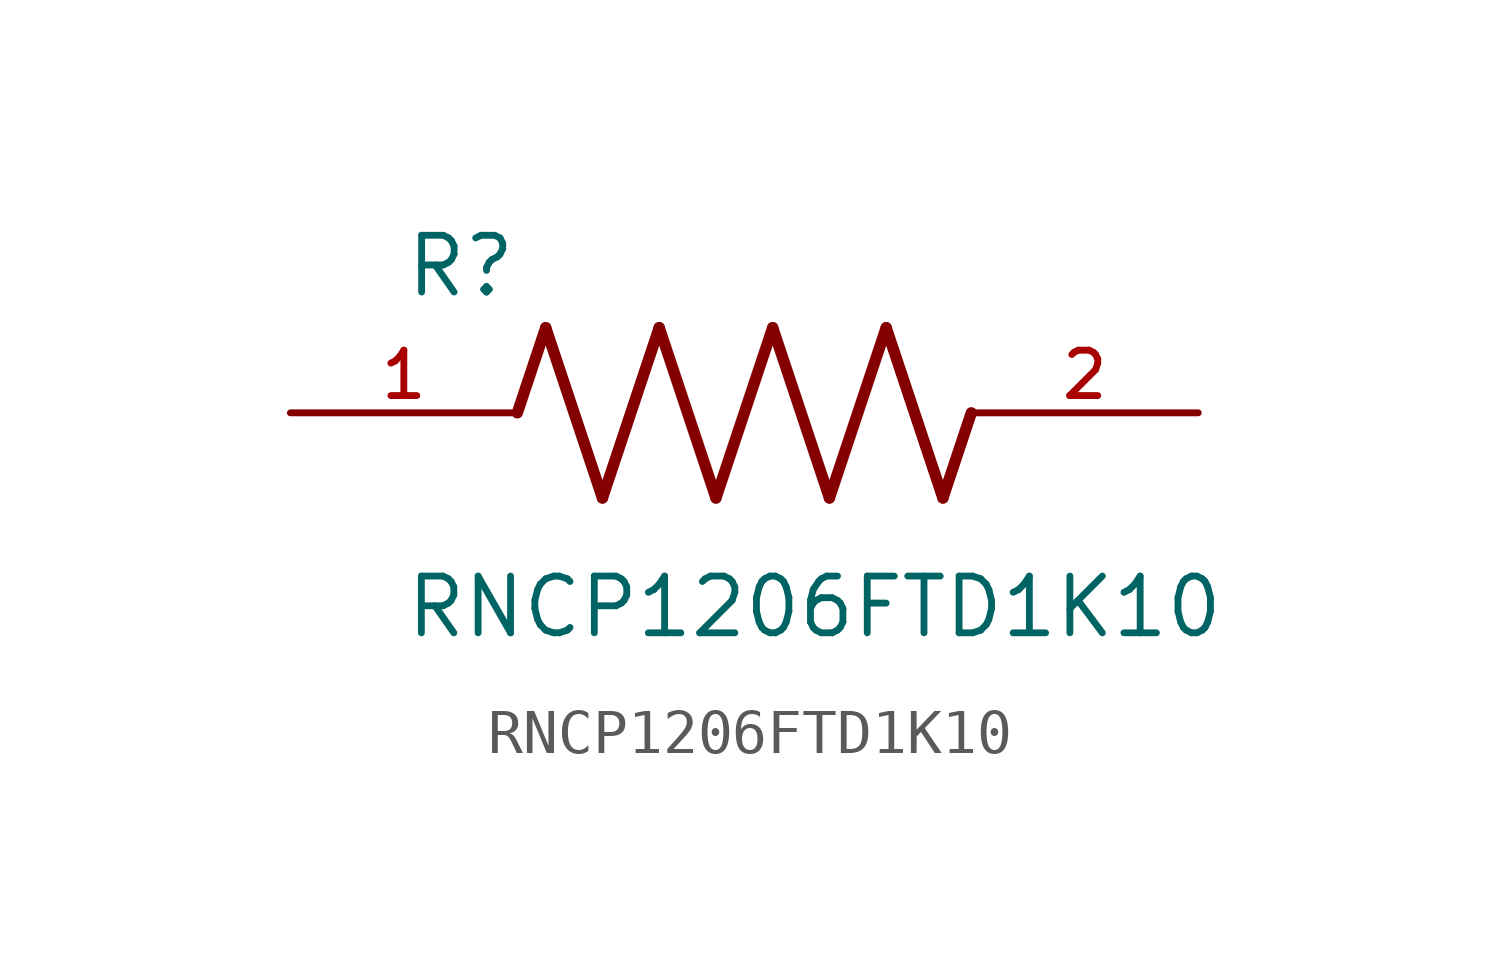
<source format=kicad_sym>
(kicad_symbol_lib
  (version 20211014)
  (generator kicad_symbol_editor)
  (symbol "RNCP1206FTD1K10"
    (pin_names
      (offset 1.016))
    (property "Reference" "R"
      (at -7.624 2.541 0)
      (effects (font (size 1.27 1.27)) (justify bottom left)))
    (property "Value" "RNCP1206FTD1K10"
      (at -7.63 -5.087 0)
      (effects (font (size 1.27 1.27)) (justify bottom left)))
    (symbol "RNCP1206FTD1K10_0_0"
      (polyline (pts (xy -5.08 0.0) (xy -4.445 1.905)) (stroke (width 0.254)))
      (polyline (pts (xy -4.445 1.905) (xy -3.175 -1.905)) (stroke (width 0.254)))
      (polyline (pts (xy -3.175 -1.905) (xy -1.905 1.905)) (stroke (width 0.254)))
      (polyline (pts (xy -1.905 1.905) (xy -0.635 -1.905)) (stroke (width 0.254)))
      (polyline (pts (xy -0.635 -1.905) (xy 0.635 1.905)) (stroke (width 0.254)))
      (polyline (pts (xy 0.635 1.905) (xy 1.905 -1.905)) (stroke (width 0.254)))
      (polyline (pts (xy 1.905 -1.905) (xy 3.175 1.905)) (stroke (width 0.254)))
      (polyline (pts (xy 3.175 1.905) (xy 4.445 -1.905)) (stroke (width 0.254)))
      (polyline (pts (xy 4.445 -1.905) (xy 5.08 0.0)) (stroke (width 0.254)))
      (pin passive line (at -10.16 0.0 0) (length 5.08) (name "~" (effects (font (size 1.016 1.016)))) (number "1" (effects (font (size 1.016 1.016)))))
      (pin passive line (at 10.16 0.0 180.0) (length 5.08) (name "~" (effects (font (size 1.016 1.016)))) (number "2" (effects (font (size 1.016 1.016))))))))
</source>
